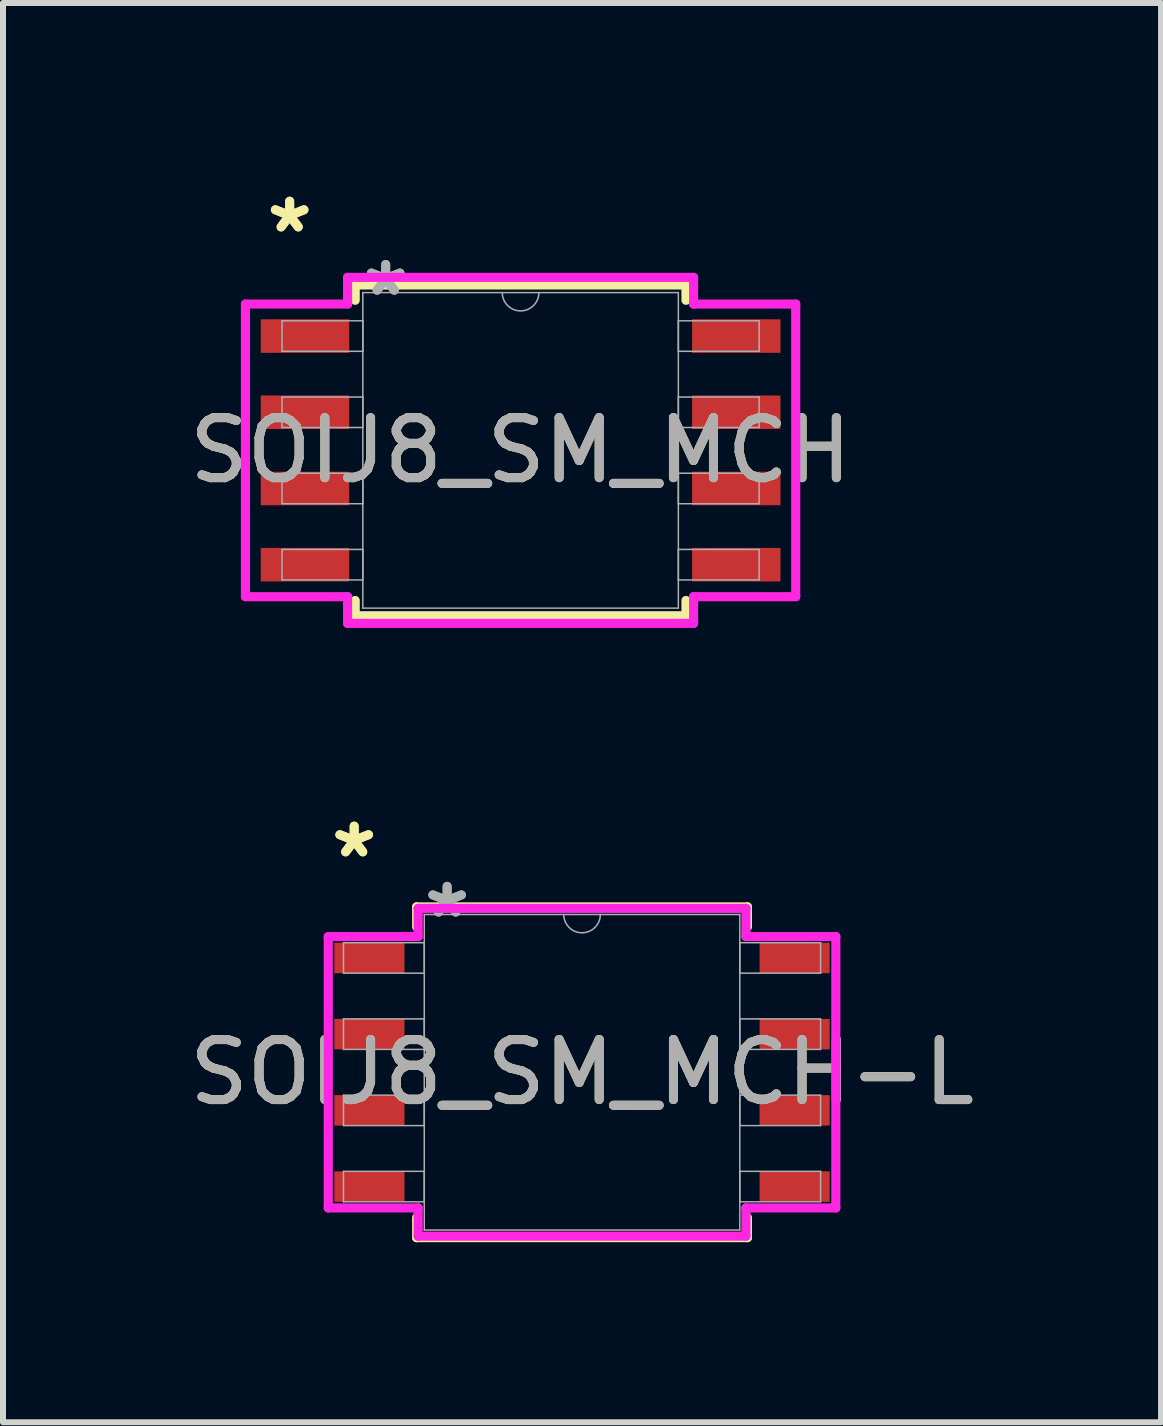
<source format=kicad_pcb>
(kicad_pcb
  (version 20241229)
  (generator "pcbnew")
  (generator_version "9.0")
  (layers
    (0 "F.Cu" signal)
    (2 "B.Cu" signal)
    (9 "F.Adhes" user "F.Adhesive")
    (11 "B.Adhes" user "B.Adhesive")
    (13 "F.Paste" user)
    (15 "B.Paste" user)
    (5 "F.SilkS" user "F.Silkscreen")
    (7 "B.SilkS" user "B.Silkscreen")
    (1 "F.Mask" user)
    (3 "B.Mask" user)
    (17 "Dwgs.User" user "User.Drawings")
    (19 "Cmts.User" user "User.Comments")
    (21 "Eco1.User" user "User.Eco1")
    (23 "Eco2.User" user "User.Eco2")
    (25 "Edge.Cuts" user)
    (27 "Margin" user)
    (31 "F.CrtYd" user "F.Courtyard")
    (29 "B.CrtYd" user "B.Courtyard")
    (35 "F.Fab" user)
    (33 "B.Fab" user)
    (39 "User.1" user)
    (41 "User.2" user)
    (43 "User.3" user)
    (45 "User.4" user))
  (footprint "SOIJ8_SM_MCH-L"
    (layer "F.Cu")
    (at 6.649 14.818)
    (property "Reference" "SOIJ8_SM_MCH-L" (at 0 0 0) (unlocked yes) (layer "F.SilkS") (effects (font (size 1 1) (thickness 0.15))))
    (attr smd)
    (fp_line (start -2.756 -2.756) (end -2.756 -2.422) (stroke (width 0.152) (type solid)) (layer "F.SilkS"))
    (fp_line (start -2.756 2.422) (end -2.756 2.756) (stroke (width 0.152) (type solid)) (layer "F.SilkS"))
    (fp_line (start -2.756 2.756) (end 2.756 2.756) (stroke (width 0.152) (type solid)) (layer "F.SilkS"))
    (fp_line (start 2.756 -2.756) (end -2.756 -2.756) (stroke (width 0.152) (type solid)) (layer "F.SilkS"))
    (fp_line (start 2.756 -2.422) (end 2.756 -2.756) (stroke (width 0.152) (type solid)) (layer "F.SilkS"))
    (fp_line (start 2.756 2.756) (end 2.756 2.422) (stroke (width 0.152) (type solid)) (layer "F.SilkS"))
    (fp_line (start -4.229 -2.261) (end -2.731 -2.261) (stroke (width 0.152) (type solid)) (layer "F.CrtYd"))
    (fp_line (start -4.229 2.261) (end -4.229 -2.261) (stroke (width 0.152) (type solid)) (layer "F.CrtYd"))
    (fp_line (start -4.229 2.261) (end -2.731 2.261) (stroke (width 0.152) (type solid)) (layer "F.CrtYd"))
    (fp_line (start -2.731 -2.731) (end 2.731 -2.731) (stroke (width 0.152) (type solid)) (layer "F.CrtYd"))
    (fp_line (start -2.731 -2.261) (end -2.731 -2.731) (stroke (width 0.152) (type solid)) (layer "F.CrtYd"))
    (fp_line (start -2.731 2.731) (end -2.731 2.261) (stroke (width 0.152) (type solid)) (layer "F.CrtYd"))
    (fp_line (start 2.731 -2.731) (end 2.731 -2.261) (stroke (width 0.152) (type solid)) (layer "F.CrtYd"))
    (fp_line (start 2.731 2.261) (end 2.731 2.731) (stroke (width 0.152) (type solid)) (layer "F.CrtYd"))
    (fp_line (start 2.731 2.731) (end -2.731 2.731) (stroke (width 0.152) (type solid)) (layer "F.CrtYd"))
    (fp_line (start 4.229 -2.261) (end 2.731 -2.261) (stroke (width 0.152) (type solid)) (layer "F.CrtYd"))
    (fp_line (start 4.229 -2.261) (end 4.229 2.261) (stroke (width 0.152) (type solid)) (layer "F.CrtYd"))
    (fp_line (start 4.229 2.261) (end 2.731 2.261) (stroke (width 0.152) (type solid)) (layer "F.CrtYd"))
    (fp_line (start -3.975 -2.159) (end -3.975 -1.651) (stroke (width 0.025) (type solid)) (layer "F.Fab"))
    (fp_line (start -3.975 -1.651) (end -2.629 -1.651) (stroke (width 0.025) (type solid)) (layer "F.Fab"))
    (fp_line (start -3.975 -0.889) (end -3.975 -0.381) (stroke (width 0.025) (type solid)) (layer "F.Fab"))
    (fp_line (start -3.975 -0.381) (end -2.629 -0.381) (stroke (width 0.025) (type solid)) (layer "F.Fab"))
    (fp_line (start -3.975 0.381) (end -3.975 0.889) (stroke (width 0.025) (type solid)) (layer "F.Fab"))
    (fp_line (start -3.975 0.889) (end -2.629 0.889) (stroke (width 0.025) (type solid)) (layer "F.Fab"))
    (fp_line (start -3.975 1.651) (end -3.975 2.159) (stroke (width 0.025) (type solid)) (layer "F.Fab"))
    (fp_line (start -3.975 2.159) (end -2.629 2.159) (stroke (width 0.025) (type solid)) (layer "F.Fab"))
    (fp_line (start -2.629 -2.629) (end -2.629 2.629) (stroke (width 0.025) (type solid)) (layer "F.Fab"))
    (fp_line (start -2.629 -2.159) (end -3.975 -2.159) (stroke (width 0.025) (type solid)) (layer "F.Fab"))
    (fp_line (start -2.629 -1.651) (end -2.629 -2.159) (stroke (width 0.025) (type solid)) (layer "F.Fab"))
    (fp_line (start -2.629 -0.889) (end -3.975 -0.889) (stroke (width 0.025) (type solid)) (layer "F.Fab"))
    (fp_line (start -2.629 -0.381) (end -2.629 -0.889) (stroke (width 0.025) (type solid)) (layer "F.Fab"))
    (fp_line (start -2.629 0.381) (end -3.975 0.381) (stroke (width 0.025) (type solid)) (layer "F.Fab"))
    (fp_line (start -2.629 0.889) (end -2.629 0.381) (stroke (width 0.025) (type solid)) (layer "F.Fab"))
    (fp_line (start -2.629 1.651) (end -3.975 1.651) (stroke (width 0.025) (type solid)) (layer "F.Fab"))
    (fp_line (start -2.629 2.159) (end -2.629 1.651) (stroke (width 0.025) (type solid)) (layer "F.Fab"))
    (fp_line (start -2.629 2.629) (end 2.629 2.629) (stroke (width 0.025) (type solid)) (layer "F.Fab"))
    (fp_line (start 2.629 -2.629) (end -2.629 -2.629) (stroke (width 0.025) (type solid)) (layer "F.Fab"))
    (fp_line (start 2.629 -2.159) (end 2.629 -1.651) (stroke (width 0.025) (type solid)) (layer "F.Fab"))
    (fp_line (start 2.629 -1.651) (end 3.975 -1.651) (stroke (width 0.025) (type solid)) (layer "F.Fab"))
    (fp_line (start 2.629 -0.889) (end 2.629 -0.381) (stroke (width 0.025) (type solid)) (layer "F.Fab"))
    (fp_line (start 2.629 -0.381) (end 3.975 -0.381) (stroke (width 0.025) (type solid)) (layer "F.Fab"))
    (fp_line (start 2.629 0.381) (end 2.629 0.889) (stroke (width 0.025) (type solid)) (layer "F.Fab"))
    (fp_line (start 2.629 0.889) (end 3.975 0.889) (stroke (width 0.025) (type solid)) (layer "F.Fab"))
    (fp_line (start 2.629 1.651) (end 2.629 2.159) (stroke (width 0.025) (type solid)) (layer "F.Fab"))
    (fp_line (start 2.629 2.159) (end 3.975 2.159) (stroke (width 0.025) (type solid)) (layer "F.Fab"))
    (fp_line (start 2.629 2.629) (end 2.629 -2.629) (stroke (width 0.025) (type solid)) (layer "F.Fab"))
    (fp_line (start 3.975 -2.159) (end 2.629 -2.159) (stroke (width 0.025) (type solid)) (layer "F.Fab"))
    (fp_line (start 3.975 -1.651) (end 3.975 -2.159) (stroke (width 0.025) (type solid)) (layer "F.Fab"))
    (fp_line (start 3.975 -0.889) (end 2.629 -0.889) (stroke (width 0.025) (type solid)) (layer "F.Fab"))
    (fp_line (start 3.975 -0.381) (end 3.975 -0.889) (stroke (width 0.025) (type solid)) (layer "F.Fab"))
    (fp_line (start 3.975 0.381) (end 2.629 0.381) (stroke (width 0.025) (type solid)) (layer "F.Fab"))
    (fp_line (start 3.975 0.889) (end 3.975 0.381) (stroke (width 0.025) (type solid)) (layer "F.Fab"))
    (fp_line (start 3.975 1.651) (end 2.629 1.651) (stroke (width 0.025) (type solid)) (layer "F.Fab"))
    (fp_line (start 3.975 2.159) (end 3.975 1.651) (stroke (width 0.025) (type solid)) (layer "F.Fab"))
    (fp_arc (start 0.3048 -2.6289) (mid 0 -2.3241) (end -0.3048 -2.6289) (stroke (width 0.0254) (type solid)) (layer "F.Fab"))
    (fp_text user "*" (at -3.797 -3.556 0) (unlocked yes) (layer "F.SilkS") (effects (font (size 1 1) (thickness 0.15))))
    (fp_text user "*" (at -3.797 -3.556 0) (layer "F.SilkS") (effects (font (size 1 1) (thickness 0.15))))
    (fp_text user "*" (at -2.248 -2.553 0) (layer "F.Fab") (effects (font (size 1 1) (thickness 0.15))))
    (fp_text user "${REFERENCE}" (at 0 0 0) (unlocked yes) (layer "F.Fab") (effects (font (size 1 1) (thickness 0.15))))
    (fp_text user "*" (at -2.248 -2.553 0) (unlocked yes) (layer "F.Fab") (effects (font (size 1 1) (thickness 0.15))))
    (pad "1" smd rect (at -3.543 -1.905) (size 1.168 0.508) (layers "F.Cu" "F.Mask" "F.Paste"))
    (pad "2" smd rect (at -3.543 -0.635) (size 1.168 0.508) (layers "F.Cu" "F.Mask" "F.Paste"))
    (pad "3" smd rect (at -3.543 0.635) (size 1.168 0.508) (layers "F.Cu" "F.Mask" "F.Paste"))
    (pad "4" smd rect (at -3.543 1.905) (size 1.168 0.508) (layers "F.Cu" "F.Mask" "F.Paste"))
    (pad "5" smd rect (at 3.543 1.905) (size 1.168 0.508) (layers "F.Cu" "F.Mask" "F.Paste"))
    (pad "6" smd rect (at 3.543 0.635) (size 1.168 0.508) (layers "F.Cu" "F.Mask" "F.Paste"))
    (pad "7" smd rect (at 3.543 -0.635) (size 1.168 0.508) (layers "F.Cu" "F.Mask" "F.Paste"))
    (pad "8" smd rect (at 3.543 -1.905) (size 1.168 0.508) (layers "F.Cu" "F.Mask" "F.Paste")))
  (footprint "SOIJ8_SM_MCH"
    (layer "F.Cu")
    (at 5.625 4.455)
    (property "Reference" "SOIJ8_SM_MCH" (at 0 0 0) (unlocked yes) (layer "F.SilkS") (effects (font (size 1 1) (thickness 0.15))))
    (attr smd)
    (fp_line (start -2.756 -2.756) (end -2.756 -2.501) (stroke (width 0.152) (type solid)) (layer "F.SilkS"))
    (fp_line (start -2.756 2.501) (end -2.756 2.756) (stroke (width 0.152) (type solid)) (layer "F.SilkS"))
    (fp_line (start -2.756 2.756) (end 2.756 2.756) (stroke (width 0.152) (type solid)) (layer "F.SilkS"))
    (fp_line (start 2.756 -2.756) (end -2.756 -2.756) (stroke (width 0.152) (type solid)) (layer "F.SilkS"))
    (fp_line (start 2.756 -2.501) (end 2.756 -2.756) (stroke (width 0.152) (type solid)) (layer "F.SilkS"))
    (fp_line (start 2.756 2.756) (end 2.756 2.501) (stroke (width 0.152) (type solid)) (layer "F.SilkS"))
    (fp_line (start -4.585 -2.438) (end -2.883 -2.438) (stroke (width 0.152) (type solid)) (layer "F.CrtYd"))
    (fp_line (start -4.585 2.438) (end -4.585 -2.438) (stroke (width 0.152) (type solid)) (layer "F.CrtYd"))
    (fp_line (start -4.585 2.438) (end -2.883 2.438) (stroke (width 0.152) (type solid)) (layer "F.CrtYd"))
    (fp_line (start -2.883 -2.883) (end 2.883 -2.883) (stroke (width 0.152) (type solid)) (layer "F.CrtYd"))
    (fp_line (start -2.883 -2.438) (end -2.883 -2.883) (stroke (width 0.152) (type solid)) (layer "F.CrtYd"))
    (fp_line (start -2.883 2.883) (end -2.883 2.438) (stroke (width 0.152) (type solid)) (layer "F.CrtYd"))
    (fp_line (start 2.883 -2.883) (end 2.883 -2.438) (stroke (width 0.152) (type solid)) (layer "F.CrtYd"))
    (fp_line (start 2.883 2.438) (end 2.883 2.883) (stroke (width 0.152) (type solid)) (layer "F.CrtYd"))
    (fp_line (start 2.883 2.883) (end -2.883 2.883) (stroke (width 0.152) (type solid)) (layer "F.CrtYd"))
    (fp_line (start 4.585 -2.438) (end 2.883 -2.438) (stroke (width 0.152) (type solid)) (layer "F.CrtYd"))
    (fp_line (start 4.585 -2.438) (end 4.585 2.438) (stroke (width 0.152) (type solid)) (layer "F.CrtYd"))
    (fp_line (start 4.585 2.438) (end 2.883 2.438) (stroke (width 0.152) (type solid)) (layer "F.CrtYd"))
    (fp_line (start -3.975 -2.159) (end -3.975 -1.651) (stroke (width 0.025) (type solid)) (layer "F.Fab"))
    (fp_line (start -3.975 -1.651) (end -2.629 -1.651) (stroke (width 0.025) (type solid)) (layer "F.Fab"))
    (fp_line (start -3.975 -0.889) (end -3.975 -0.381) (stroke (width 0.025) (type solid)) (layer "F.Fab"))
    (fp_line (start -3.975 -0.381) (end -2.629 -0.381) (stroke (width 0.025) (type solid)) (layer "F.Fab"))
    (fp_line (start -3.975 0.381) (end -3.975 0.889) (stroke (width 0.025) (type solid)) (layer "F.Fab"))
    (fp_line (start -3.975 0.889) (end -2.629 0.889) (stroke (width 0.025) (type solid)) (layer "F.Fab"))
    (fp_line (start -3.975 1.651) (end -3.975 2.159) (stroke (width 0.025) (type solid)) (layer "F.Fab"))
    (fp_line (start -3.975 2.159) (end -2.629 2.159) (stroke (width 0.025) (type solid)) (layer "F.Fab"))
    (fp_line (start -2.629 -2.629) (end -2.629 2.629) (stroke (width 0.025) (type solid)) (layer "F.Fab"))
    (fp_line (start -2.629 -2.159) (end -3.975 -2.159) (stroke (width 0.025) (type solid)) (layer "F.Fab"))
    (fp_line (start -2.629 -1.651) (end -2.629 -2.159) (stroke (width 0.025) (type solid)) (layer "F.Fab"))
    (fp_line (start -2.629 -0.889) (end -3.975 -0.889) (stroke (width 0.025) (type solid)) (layer "F.Fab"))
    (fp_line (start -2.629 -0.381) (end -2.629 -0.889) (stroke (width 0.025) (type solid)) (layer "F.Fab"))
    (fp_line (start -2.629 0.381) (end -3.975 0.381) (stroke (width 0.025) (type solid)) (layer "F.Fab"))
    (fp_line (start -2.629 0.889) (end -2.629 0.381) (stroke (width 0.025) (type solid)) (layer "F.Fab"))
    (fp_line (start -2.629 1.651) (end -3.975 1.651) (stroke (width 0.025) (type solid)) (layer "F.Fab"))
    (fp_line (start -2.629 2.159) (end -2.629 1.651) (stroke (width 0.025) (type solid)) (layer "F.Fab"))
    (fp_line (start -2.629 2.629) (end 2.629 2.629) (stroke (width 0.025) (type solid)) (layer "F.Fab"))
    (fp_line (start 2.629 -2.629) (end -2.629 -2.629) (stroke (width 0.025) (type solid)) (layer "F.Fab"))
    (fp_line (start 2.629 -2.159) (end 2.629 -1.651) (stroke (width 0.025) (type solid)) (layer "F.Fab"))
    (fp_line (start 2.629 -1.651) (end 3.975 -1.651) (stroke (width 0.025) (type solid)) (layer "F.Fab"))
    (fp_line (start 2.629 -0.889) (end 2.629 -0.381) (stroke (width 0.025) (type solid)) (layer "F.Fab"))
    (fp_line (start 2.629 -0.381) (end 3.975 -0.381) (stroke (width 0.025) (type solid)) (layer "F.Fab"))
    (fp_line (start 2.629 0.381) (end 2.629 0.889) (stroke (width 0.025) (type solid)) (layer "F.Fab"))
    (fp_line (start 2.629 0.889) (end 3.975 0.889) (stroke (width 0.025) (type solid)) (layer "F.Fab"))
    (fp_line (start 2.629 1.651) (end 2.629 2.159) (stroke (width 0.025) (type solid)) (layer "F.Fab"))
    (fp_line (start 2.629 2.159) (end 3.975 2.159) (stroke (width 0.025) (type solid)) (layer "F.Fab"))
    (fp_line (start 2.629 2.629) (end 2.629 -2.629) (stroke (width 0.025) (type solid)) (layer "F.Fab"))
    (fp_line (start 3.975 -2.159) (end 2.629 -2.159) (stroke (width 0.025) (type solid)) (layer "F.Fab"))
    (fp_line (start 3.975 -1.651) (end 3.975 -2.159) (stroke (width 0.025) (type solid)) (layer "F.Fab"))
    (fp_line (start 3.975 -0.889) (end 2.629 -0.889) (stroke (width 0.025) (type solid)) (layer "F.Fab"))
    (fp_line (start 3.975 -0.381) (end 3.975 -0.889) (stroke (width 0.025) (type solid)) (layer "F.Fab"))
    (fp_line (start 3.975 0.381) (end 2.629 0.381) (stroke (width 0.025) (type solid)) (layer "F.Fab"))
    (fp_line (start 3.975 0.889) (end 3.975 0.381) (stroke (width 0.025) (type solid)) (layer "F.Fab"))
    (fp_line (start 3.975 1.651) (end 2.629 1.651) (stroke (width 0.025) (type solid)) (layer "F.Fab"))
    (fp_line (start 3.975 2.159) (end 3.975 1.651) (stroke (width 0.025) (type solid)) (layer "F.Fab"))
    (fp_arc (start 0.3048 -2.6289) (mid 0 -2.3241) (end -0.3048 -2.6289) (stroke (width 0.0254) (type solid)) (layer "F.Fab"))
    (fp_text user "*" (at -3.848 -3.607 0) (layer "F.SilkS") (effects (font (size 1 1) (thickness 0.15))))
    (fp_text user "*" (at -3.848 -3.607 0) (unlocked yes) (layer "F.SilkS") (effects (font (size 1 1) (thickness 0.15))))
    (fp_text user "*" (at -2.248 -2.553 0) (layer "F.Fab") (effects (font (size 1 1) (thickness 0.15))))
    (fp_text user "*" (at -2.248 -2.553 0) (unlocked yes) (layer "F.Fab") (effects (font (size 1 1) (thickness 0.15))))
    (fp_text user "${REFERENCE}" (at 0 0 0) (unlocked yes) (layer "F.Fab") (effects (font (size 1 1) (thickness 0.15))))
    (pad "1" smd rect (at -3.594 -1.905) (size 1.473 0.559) (layers "F.Cu" "F.Mask" "F.Paste"))
    (pad "2" smd rect (at -3.594 -0.635) (size 1.473 0.559) (layers "F.Cu" "F.Mask" "F.Paste"))
    (pad "3" smd rect (at -3.594 0.635) (size 1.473 0.559) (layers "F.Cu" "F.Mask" "F.Paste"))
    (pad "4" smd rect (at -3.594 1.905) (size 1.473 0.559) (layers "F.Cu" "F.Mask" "F.Paste"))
    (pad "5" smd rect (at 3.594 1.905) (size 1.473 0.559) (layers "F.Cu" "F.Mask" "F.Paste"))
    (pad "6" smd rect (at 3.594 0.635) (size 1.473 0.559) (layers "F.Cu" "F.Mask" "F.Paste"))
    (pad "7" smd rect (at 3.594 -0.635) (size 1.473 0.559) (layers "F.Cu" "F.Mask" "F.Paste"))
    (pad "8" smd rect (at 3.594 -1.905) (size 1.473 0.559) (layers "F.Cu" "F.Mask" "F.Paste")))
  (gr_rect
    (start -3 -3)
    (end 16.298 20.651)
    (stroke (width 0.1) (type default))
    (fill no)
    (layer "Edge.Cuts")))
</source>
